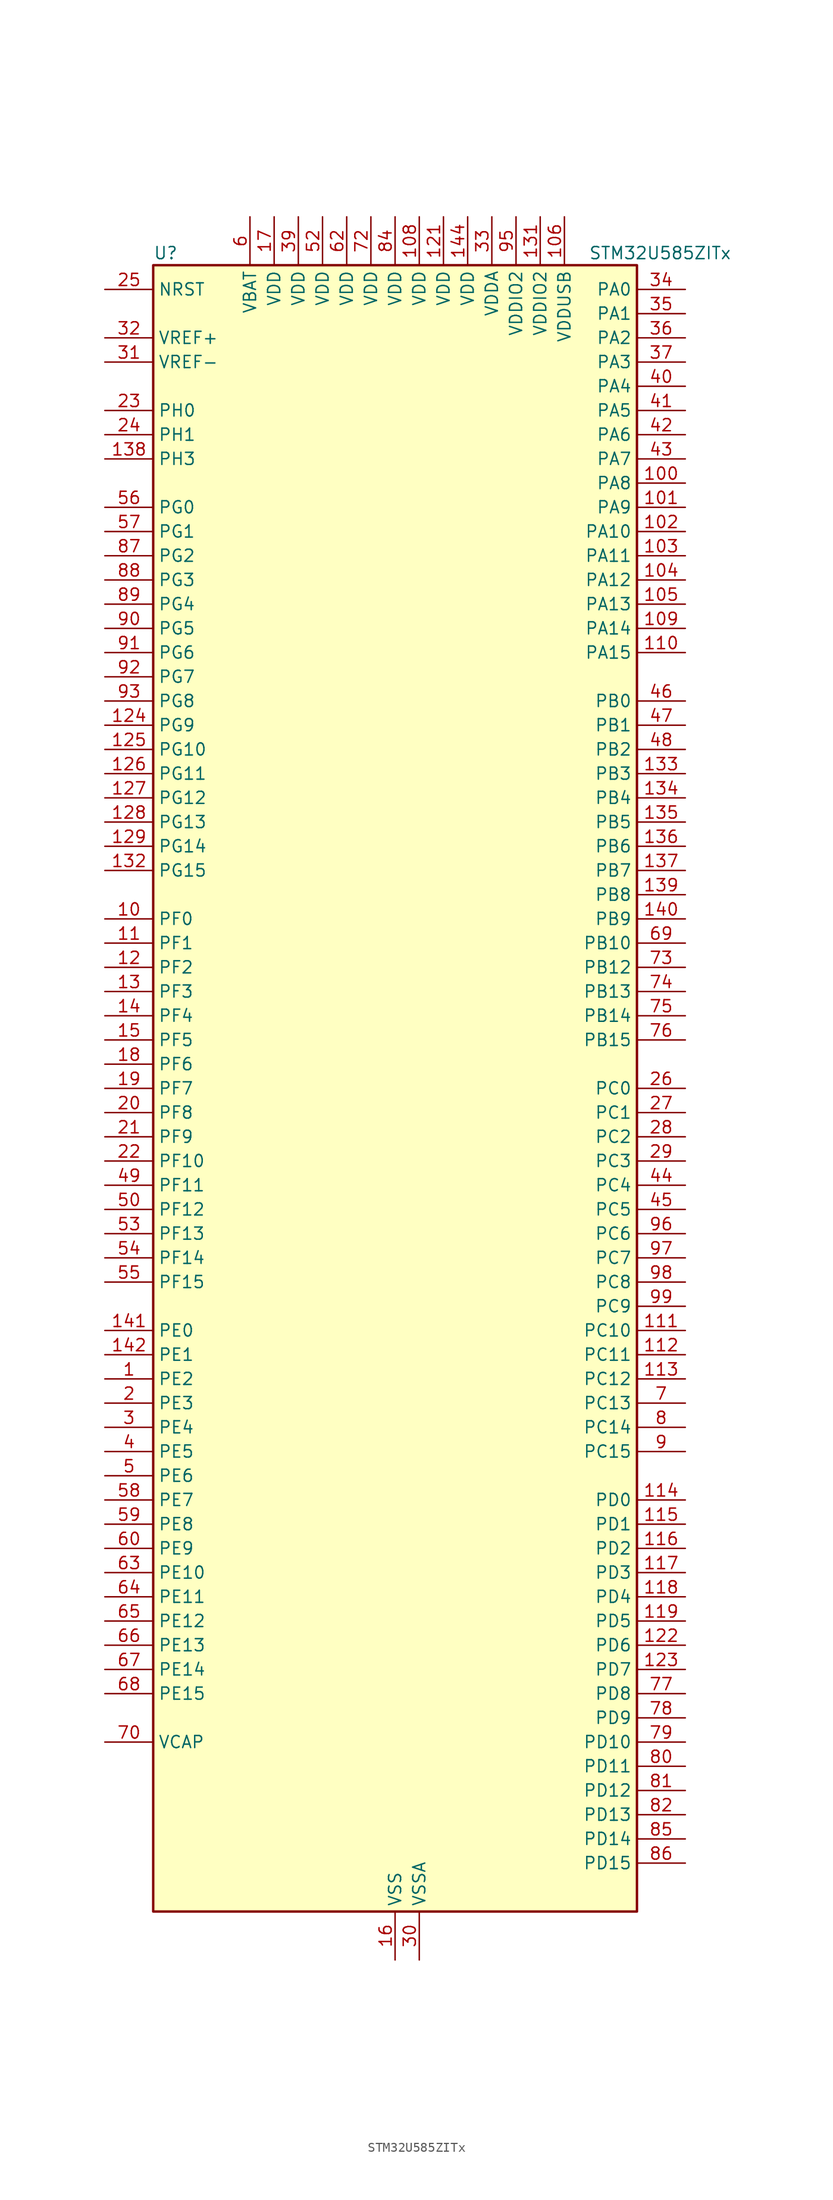
<source format=kicad_sym>
(kicad_symbol_lib
  (version 20220914)
  (generator kicad_symbol_editor)
  (symbol "STM32U585ZITx"
    (property "Reference" "U"
      (at -25.4 87.63 0)
      (effects (font (size 1.27 1.27)) (justify left)))
    (property "Value" "STM32U585ZITx"
      (at 20.32 87.63 0)
      (effects (font (size 1.27 1.27)) (justify left)))
    (property "ki_locked" ""
      (at 0 0 0)
      (effects (font (size 1.27 1.27))))
    (symbol "STM32U585ZITx_0_1"
      (rectangle (start -25.4 -86.36) (end 25.4 86.36) (stroke (width 0.254) (type default)) (fill (type background))))
    (symbol "STM32U585ZITx_1_1"
      (pin bidirectional line (at -30.48 -30.48 0) (length 5.08) (name "PE2" (effects (font (size 1.27 1.27)))) (number "1" (effects (font (size 1.27 1.27)))) (alternate "DEBUG_TRACECLK" bidirectional line) (alternate "FMC_A23" bidirectional line) (alternate "SAI1_CK1" bidirectional line) (alternate "SAI1_MCLK_A" bidirectional line) (alternate "TIM3_ETR" bidirectional line) (alternate "TSC_G7_IO1" bidirectional line))
      (pin bidirectional line (at -30.48 17.78 0) (length 5.08) (name "PF0" (effects (font (size 1.27 1.27)))) (number "10" (effects (font (size 1.27 1.27)))) (alternate "FMC_A0" bidirectional line) (alternate "I2C2_SDA" bidirectional line) (alternate "OCTOSPIM_P2_IO0" bidirectional line))
      (pin bidirectional line (at 30.48 63.5 180) (length 5.08) (name "PA8" (effects (font (size 1.27 1.27)))) (number "100" (effects (font (size 1.27 1.27)))) (alternate "DEBUG_TRACECLK" bidirectional line) (alternate "LPTIM2_CH1" bidirectional line) (alternate "RCC_MCO" bidirectional line) (alternate "SAI1_CK2" bidirectional line) (alternate "SAI1_SCK_A" bidirectional line) (alternate "SPI1_RDY" bidirectional line) (alternate "TIM1_CH1" bidirectional line) (alternate "USART1_CK" bidirectional line) (alternate "USB_OTG_FS_SOF" bidirectional line))
      (pin bidirectional line (at 30.48 60.96 180) (length 5.08) (name "PA9" (effects (font (size 1.27 1.27)))) (number "101" (effects (font (size 1.27 1.27)))) (alternate "DAC1_EXTI9" bidirectional line) (alternate "DCMI_D0" bidirectional line) (alternate "PSSI_D0" bidirectional line) (alternate "SAI1_FS_A" bidirectional line) (alternate "SPI2_SCK" bidirectional line) (alternate "TIM15_BKIN" bidirectional line) (alternate "TIM1_CH2" bidirectional line) (alternate "USART1_TX" bidirectional line) (alternate "USB_OTG_FS_VBUS" bidirectional line))
      (pin bidirectional line (at 30.48 58.42 180) (length 5.08) (name "PA10" (effects (font (size 1.27 1.27)))) (number "102" (effects (font (size 1.27 1.27)))) (alternate "CRS_SYNC" bidirectional line) (alternate "DCMI_D1" bidirectional line) (alternate "LPTIM2_IN2" bidirectional line) (alternate "PSSI_D1" bidirectional line) (alternate "SAI1_D1" bidirectional line) (alternate "SAI1_SD_A" bidirectional line) (alternate "TIM17_BKIN" bidirectional line) (alternate "TIM1_CH3" bidirectional line) (alternate "USART1_RX" bidirectional line) (alternate "USB_OTG_FS_ID" bidirectional line))
      (pin bidirectional line (at 30.48 55.88 180) (length 5.08) (name "PA11" (effects (font (size 1.27 1.27)))) (number "103" (effects (font (size 1.27 1.27)))) (alternate "ADC1_EXTI11" bidirectional line) (alternate "FDCAN1_RX" bidirectional line) (alternate "SPI1_MISO" bidirectional line) (alternate "TIM1_BKIN2" bidirectional line) (alternate "TIM1_CH4" bidirectional line) (alternate "USART1_CTS" bidirectional line) (alternate "USB_OTG_FS_DM" bidirectional line))
      (pin bidirectional line (at 30.48 53.34 180) (length 5.08) (name "PA12" (effects (font (size 1.27 1.27)))) (number "104" (effects (font (size 1.27 1.27)))) (alternate "FDCAN1_TX" bidirectional line) (alternate "OCTOSPIM_P2_NCS" bidirectional line) (alternate "SPI1_MOSI" bidirectional line) (alternate "TIM1_ETR" bidirectional line) (alternate "USART1_DE" bidirectional line) (alternate "USART1_RTS" bidirectional line) (alternate "USB_OTG_FS_DP" bidirectional line))
      (pin bidirectional line (at 30.48 50.8 180) (length 5.08) (name "PA13" (effects (font (size 1.27 1.27)))) (number "105" (effects (font (size 1.27 1.27)))) (alternate "DEBUG_JTMS-SWDIO" bidirectional line) (alternate "IR_OUT" bidirectional line) (alternate "SAI1_SD_B" bidirectional line) (alternate "USB_OTG_FS_NOE" bidirectional line))
      (pin power_in line (at 17.78 91.44 270) (length 5.08) (name "VDDUSB" (effects (font (size 1.27 1.27)))) (number "106" (effects (font (size 1.27 1.27)))))
      (pin passive line (at 0 -91.44 90) (length 5.08) hide (name "VSS" (effects (font (size 1.27 1.27)))) (number "107" (effects (font (size 1.27 1.27)))))
      (pin power_in line (at 2.54 91.44 270) (length 5.08) (name "VDD" (effects (font (size 1.27 1.27)))) (number "108" (effects (font (size 1.27 1.27)))))
      (pin bidirectional line (at 30.48 48.26 180) (length 5.08) (name "PA14" (effects (font (size 1.27 1.27)))) (number "109" (effects (font (size 1.27 1.27)))) (alternate "DEBUG_JTCK-SWCLK" bidirectional line) (alternate "I2C1_SMBA" bidirectional line) (alternate "I2C4_SMBA" bidirectional line) (alternate "LPTIM1_CH1" bidirectional line) (alternate "SAI1_FS_B" bidirectional line) (alternate "USB_OTG_FS_SOF" bidirectional line))
      (pin bidirectional line (at -30.48 15.24 0) (length 5.08) (name "PF1" (effects (font (size 1.27 1.27)))) (number "11" (effects (font (size 1.27 1.27)))) (alternate "FMC_A1" bidirectional line) (alternate "I2C2_SCL" bidirectional line) (alternate "OCTOSPIM_P2_IO1" bidirectional line))
      (pin bidirectional line (at 30.48 45.72 180) (length 5.08) (name "PA15" (effects (font (size 1.27 1.27)))) (number "110" (effects (font (size 1.27 1.27)))) (alternate "ADC1_EXTI15" bidirectional line) (alternate "ADC4_EXTI15" bidirectional line) (alternate "DEBUG_JTDI" bidirectional line) (alternate "SAI2_FS_B" bidirectional line) (alternate "SPI1_NSS" bidirectional line) (alternate "SPI3_NSS" bidirectional line) (alternate "TIM2_CH1" bidirectional line) (alternate "TIM2_ETR" bidirectional line) (alternate "UART4_DE" bidirectional line) (alternate "UART4_RTS" bidirectional line) (alternate "UCPD1_CC1" bidirectional line) (alternate "USART2_RX" bidirectional line) (alternate "USART3_DE" bidirectional line) (alternate "USART3_RTS" bidirectional line))
      (pin bidirectional line (at 30.48 -25.4 180) (length 5.08) (name "PC10" (effects (font (size 1.27 1.27)))) (number "111" (effects (font (size 1.27 1.27)))) (alternate "ADF1_CCK1" bidirectional line) (alternate "DCMI_D8" bidirectional line) (alternate "DEBUG_TRACED1" bidirectional line) (alternate "LPTIM3_ETR" bidirectional line) (alternate "PSSI_D8" bidirectional line) (alternate "SAI2_SCK_B" bidirectional line) (alternate "SDMMC1_D2" bidirectional line) (alternate "SPI3_SCK" bidirectional line) (alternate "TSC_G3_IO2" bidirectional line) (alternate "UART4_TX" bidirectional line) (alternate "USART3_TX" bidirectional line))
      (pin bidirectional line (at 30.48 -27.94 180) (length 5.08) (name "PC11" (effects (font (size 1.27 1.27)))) (number "112" (effects (font (size 1.27 1.27)))) (alternate "ADC1_EXTI11" bidirectional line) (alternate "ADF1_SDI0" bidirectional line) (alternate "DCMI_D2" bidirectional line) (alternate "DCMI_D4" bidirectional line) (alternate "LPTIM3_IN1" bidirectional line) (alternate "OCTOSPIM_P1_NCS" bidirectional line) (alternate "PSSI_D2" bidirectional line) (alternate "PSSI_D4" bidirectional line) (alternate "SAI2_MCLK_B" bidirectional line) (alternate "SDMMC1_D3" bidirectional line) (alternate "SPI3_MISO" bidirectional line) (alternate "TSC_G3_IO3" bidirectional line) (alternate "UART4_RX" bidirectional line) (alternate "UCPD1_FRSTX2" bidirectional line) (alternate "USART3_RX" bidirectional line))
      (pin bidirectional line (at 30.48 -30.48 180) (length 5.08) (name "PC12" (effects (font (size 1.27 1.27)))) (number "113" (effects (font (size 1.27 1.27)))) (alternate "DCMI_D9" bidirectional line) (alternate "DEBUG_TRACED3" bidirectional line) (alternate "PSSI_D9" bidirectional line) (alternate "SAI2_SD_B" bidirectional line) (alternate "SDMMC1_CK" bidirectional line) (alternate "SPI3_MOSI" bidirectional line) (alternate "TSC_G3_IO4" bidirectional line) (alternate "UART5_TX" bidirectional line) (alternate "USART3_CK" bidirectional line))
      (pin bidirectional line (at 30.48 -43.18 180) (length 5.08) (name "PD0" (effects (font (size 1.27 1.27)))) (number "114" (effects (font (size 1.27 1.27)))) (alternate "FDCAN1_RX" bidirectional line) (alternate "FMC_D2" bidirectional line) (alternate "FMC_DA2" bidirectional line) (alternate "SPI2_NSS" bidirectional line) (alternate "TIM8_CH4N" bidirectional line))
      (pin bidirectional line (at 30.48 -45.72 180) (length 5.08) (name "PD1" (effects (font (size 1.27 1.27)))) (number "115" (effects (font (size 1.27 1.27)))) (alternate "FDCAN1_TX" bidirectional line) (alternate "FMC_D3" bidirectional line) (alternate "FMC_DA3" bidirectional line) (alternate "SPI2_SCK" bidirectional line))
      (pin bidirectional line (at 30.48 -48.26 180) (length 5.08) (name "PD2" (effects (font (size 1.27 1.27)))) (number "116" (effects (font (size 1.27 1.27)))) (alternate "DCMI_D11" bidirectional line) (alternate "DEBUG_TRACED2" bidirectional line) (alternate "LPTIM4_ETR" bidirectional line) (alternate "PSSI_D11" bidirectional line) (alternate "SDMMC1_CMD" bidirectional line) (alternate "TIM3_ETR" bidirectional line) (alternate "TSC_SYNC" bidirectional line) (alternate "UART5_RX" bidirectional line) (alternate "USART3_DE" bidirectional line) (alternate "USART3_RTS" bidirectional line))
      (pin bidirectional line (at 30.48 -50.8 180) (length 5.08) (name "PD3" (effects (font (size 1.27 1.27)))) (number "117" (effects (font (size 1.27 1.27)))) (alternate "DCMI_D5" bidirectional line) (alternate "FMC_CLK" bidirectional line) (alternate "MDF1_SDI0" bidirectional line) (alternate "OCTOSPIM_P2_NCS" bidirectional line) (alternate "PSSI_D5" bidirectional line) (alternate "SPI2_MISO" bidirectional line) (alternate "SPI2_SCK" bidirectional line) (alternate "USART2_CTS" bidirectional line))
      (pin bidirectional line (at 30.48 -53.34 180) (length 5.08) (name "PD4" (effects (font (size 1.27 1.27)))) (number "118" (effects (font (size 1.27 1.27)))) (alternate "FMC_NOE" bidirectional line) (alternate "MDF1_CKI0" bidirectional line) (alternate "OCTOSPIM_P1_IO4" bidirectional line) (alternate "SPI2_MOSI" bidirectional line) (alternate "USART2_DE" bidirectional line) (alternate "USART2_RTS" bidirectional line))
      (pin bidirectional line (at 30.48 -55.88 180) (length 5.08) (name "PD5" (effects (font (size 1.27 1.27)))) (number "119" (effects (font (size 1.27 1.27)))) (alternate "FMC_NWE" bidirectional line) (alternate "OCTOSPIM_P1_IO5" bidirectional line) (alternate "SPI2_RDY" bidirectional line) (alternate "USART2_TX" bidirectional line))
      (pin bidirectional line (at -30.48 12.7 0) (length 5.08) (name "PF2" (effects (font (size 1.27 1.27)))) (number "12" (effects (font (size 1.27 1.27)))) (alternate "FMC_A2" bidirectional line) (alternate "I2C2_SMBA" bidirectional line) (alternate "LPTIM3_CH2" bidirectional line) (alternate "OCTOSPIM_P2_IO2" bidirectional line) (alternate "PWR_WKUP8" bidirectional line))
      (pin passive line (at 0 -91.44 90) (length 5.08) hide (name "VSS" (effects (font (size 1.27 1.27)))) (number "120" (effects (font (size 1.27 1.27)))))
      (pin power_in line (at 5.08 91.44 270) (length 5.08) (name "VDD" (effects (font (size 1.27 1.27)))) (number "121" (effects (font (size 1.27 1.27)))))
      (pin bidirectional line (at 30.48 -58.42 180) (length 5.08) (name "PD6" (effects (font (size 1.27 1.27)))) (number "122" (effects (font (size 1.27 1.27)))) (alternate "DCMI_D10" bidirectional line) (alternate "FMC_NWAIT" bidirectional line) (alternate "MDF1_SDI1" bidirectional line) (alternate "OCTOSPIM_P1_IO6" bidirectional line) (alternate "PSSI_D10" bidirectional line) (alternate "SAI1_D1" bidirectional line) (alternate "SAI1_SD_A" bidirectional line) (alternate "SDMMC2_CK" bidirectional line) (alternate "SPI3_MOSI" bidirectional line) (alternate "USART2_RX" bidirectional line))
      (pin bidirectional line (at 30.48 -60.96 180) (length 5.08) (name "PD7" (effects (font (size 1.27 1.27)))) (number "123" (effects (font (size 1.27 1.27)))) (alternate "FMC_NCE" bidirectional line) (alternate "FMC_NE1" bidirectional line) (alternate "LPTIM4_OUT" bidirectional line) (alternate "MDF1_CKI1" bidirectional line) (alternate "OCTOSPIM_P1_IO7" bidirectional line) (alternate "SDMMC2_CMD" bidirectional line) (alternate "USART2_CK" bidirectional line))
      (pin bidirectional line (at -30.48 38.1 0) (length 5.08) (name "PG9" (effects (font (size 1.27 1.27)))) (number "124" (effects (font (size 1.27 1.27)))) (alternate "DAC1_EXTI9" bidirectional line) (alternate "FMC_NCE" bidirectional line) (alternate "FMC_NE2" bidirectional line) (alternate "OCTOSPIM_P2_IO6" bidirectional line) (alternate "SAI2_SCK_A" bidirectional line) (alternate "SPI3_SCK" bidirectional line) (alternate "TIM15_CH1N" bidirectional line) (alternate "USART1_TX" bidirectional line))
      (pin bidirectional line (at -30.48 35.56 0) (length 5.08) (name "PG10" (effects (font (size 1.27 1.27)))) (number "125" (effects (font (size 1.27 1.27)))) (alternate "FMC_NE3" bidirectional line) (alternate "LPTIM1_IN1" bidirectional line) (alternate "OCTOSPIM_P2_IO7" bidirectional line) (alternate "SAI2_FS_A" bidirectional line) (alternate "SPI3_MISO" bidirectional line) (alternate "TIM15_CH1" bidirectional line) (alternate "USART1_RX" bidirectional line))
      (pin bidirectional line (at -30.48 33.02 0) (length 5.08) (name "PG11" (effects (font (size 1.27 1.27)))) (number "126" (effects (font (size 1.27 1.27)))) (alternate "ADC1_EXTI11" bidirectional line) (alternate "LPTIM1_IN2" bidirectional line) (alternate "OCTOSPIM_P1_IO5" bidirectional line) (alternate "SAI2_MCLK_A" bidirectional line) (alternate "SPI3_MOSI" bidirectional line) (alternate "TIM15_CH2" bidirectional line) (alternate "USART1_CTS" bidirectional line))
      (pin bidirectional line (at -30.48 30.48 0) (length 5.08) (name "PG12" (effects (font (size 1.27 1.27)))) (number "127" (effects (font (size 1.27 1.27)))) (alternate "FMC_NE4" bidirectional line) (alternate "LPTIM1_ETR" bidirectional line) (alternate "OCTOSPIM_P2_NCS" bidirectional line) (alternate "SAI2_SD_A" bidirectional line) (alternate "SPI3_NSS" bidirectional line) (alternate "USART1_DE" bidirectional line) (alternate "USART1_RTS" bidirectional line))
      (pin bidirectional line (at -30.48 27.94 0) (length 5.08) (name "PG13" (effects (font (size 1.27 1.27)))) (number "128" (effects (font (size 1.27 1.27)))) (alternate "FMC_A24" bidirectional line) (alternate "I2C1_SDA" bidirectional line) (alternate "SPI3_RDY" bidirectional line) (alternate "USART1_CK" bidirectional line))
      (pin bidirectional line (at -30.48 25.4 0) (length 5.08) (name "PG14" (effects (font (size 1.27 1.27)))) (number "129" (effects (font (size 1.27 1.27)))) (alternate "FMC_A25" bidirectional line) (alternate "I2C1_SCL" bidirectional line) (alternate "LPTIM1_CH2" bidirectional line))
      (pin bidirectional line (at -30.48 10.16 0) (length 5.08) (name "PF3" (effects (font (size 1.27 1.27)))) (number "13" (effects (font (size 1.27 1.27)))) (alternate "FMC_A3" bidirectional line) (alternate "LPTIM3_IN1" bidirectional line) (alternate "OCTOSPIM_P2_IO3" bidirectional line))
      (pin passive line (at 0 -91.44 90) (length 5.08) hide (name "VSS" (effects (font (size 1.27 1.27)))) (number "130" (effects (font (size 1.27 1.27)))))
      (pin power_in line (at 15.24 91.44 270) (length 5.08) (name "VDDIO2" (effects (font (size 1.27 1.27)))) (number "131" (effects (font (size 1.27 1.27)))))
      (pin bidirectional line (at -30.48 22.86 0) (length 5.08) (name "PG15" (effects (font (size 1.27 1.27)))) (number "132" (effects (font (size 1.27 1.27)))) (alternate "ADC1_EXTI15" bidirectional line) (alternate "ADC4_EXTI15" bidirectional line) (alternate "DCMI_D13" bidirectional line) (alternate "I2C1_SMBA" bidirectional line) (alternate "LPTIM1_CH1" bidirectional line) (alternate "OCTOSPIM_P2_DQS" bidirectional line) (alternate "PSSI_D13" bidirectional line))
      (pin bidirectional line (at 30.48 33.02 180) (length 5.08) (name "PB3" (effects (font (size 1.27 1.27)))) (number "133" (effects (font (size 1.27 1.27)))) (alternate "ADF1_CCK0" bidirectional line) (alternate "COMP2_INM" bidirectional line) (alternate "CRS_SYNC" bidirectional line) (alternate "DEBUG_JTDO-SWO" bidirectional line) (alternate "I2C1_SDA" bidirectional line) (alternate "LPTIM1_CH1" bidirectional line) (alternate "SAI1_SCK_B" bidirectional line) (alternate "SDMMC2_D2" bidirectional line) (alternate "SPI1_SCK" bidirectional line) (alternate "SPI3_SCK" bidirectional line) (alternate "TIM2_CH2" bidirectional line) (alternate "USART1_DE" bidirectional line) (alternate "USART1_RTS" bidirectional line))
      (pin bidirectional line (at 30.48 30.48 180) (length 5.08) (name "PB4" (effects (font (size 1.27 1.27)))) (number "134" (effects (font (size 1.27 1.27)))) (alternate "ADF1_SDI0" bidirectional line) (alternate "COMP2_INP" bidirectional line) (alternate "DCMI_D12" bidirectional line) (alternate "DEBUG_JTRST" bidirectional line) (alternate "I2C3_SDA" bidirectional line) (alternate "LPTIM1_CH2" bidirectional line) (alternate "PSSI_D12" bidirectional line) (alternate "SAI1_MCLK_B" bidirectional line) (alternate "SDMMC2_D3" bidirectional line) (alternate "SPI1_MISO" bidirectional line) (alternate "SPI3_MISO" bidirectional line) (alternate "TIM17_BKIN" bidirectional line) (alternate "TIM3_CH1" bidirectional line) (alternate "TSC_G2_IO1" bidirectional line) (alternate "UART5_DE" bidirectional line) (alternate "UART5_RTS" bidirectional line) (alternate "USART1_CTS" bidirectional line))
      (pin bidirectional line (at 30.48 27.94 180) (length 5.08) (name "PB5" (effects (font (size 1.27 1.27)))) (number "135" (effects (font (size 1.27 1.27)))) (alternate "COMP2_OUT" bidirectional line) (alternate "DCMI_D10" bidirectional line) (alternate "I2C1_SMBA" bidirectional line) (alternate "LPTIM1_IN1" bidirectional line) (alternate "OCTOSPIM_P1_NCLK" bidirectional line) (alternate "PSSI_D10" bidirectional line) (alternate "PWR_WKUP6" bidirectional line) (alternate "SAI1_SD_B" bidirectional line) (alternate "SPI1_MOSI" bidirectional line) (alternate "SPI3_MOSI" bidirectional line) (alternate "TIM16_BKIN" bidirectional line) (alternate "TIM3_CH2" bidirectional line) (alternate "TSC_G2_IO2" bidirectional line) (alternate "UART5_CTS" bidirectional line) (alternate "UCPD1_DBCC1" bidirectional line) (alternate "USART1_CK" bidirectional line))
      (pin bidirectional line (at 30.48 25.4 180) (length 5.08) (name "PB6" (effects (font (size 1.27 1.27)))) (number "136" (effects (font (size 1.27 1.27)))) (alternate "COMP2_INP" bidirectional line) (alternate "DCMI_D5" bidirectional line) (alternate "I2C1_SCL" bidirectional line) (alternate "I2C4_SCL" bidirectional line) (alternate "LPTIM1_ETR" bidirectional line) (alternate "MDF1_SDI5" bidirectional line) (alternate "PSSI_D5" bidirectional line) (alternate "PWR_WKUP3" bidirectional line) (alternate "SAI1_FS_B" bidirectional line) (alternate "TIM16_CH1N" bidirectional line) (alternate "TIM4_CH1" bidirectional line) (alternate "TIM8_BKIN2" bidirectional line) (alternate "TSC_G2_IO3" bidirectional line) (alternate "USART1_TX" bidirectional line))
      (pin bidirectional line (at 30.48 22.86 180) (length 5.08) (name "PB7" (effects (font (size 1.27 1.27)))) (number "137" (effects (font (size 1.27 1.27)))) (alternate "COMP2_INM" bidirectional line) (alternate "DCMI_VSYNC" bidirectional line) (alternate "FMC_NL" bidirectional line) (alternate "I2C1_SDA" bidirectional line) (alternate "I2C4_SDA" bidirectional line) (alternate "LPTIM1_IN2" bidirectional line) (alternate "MDF1_CKI5" bidirectional line) (alternate "PSSI_RDY" bidirectional line) (alternate "PWR_PVD_IN" bidirectional line) (alternate "PWR_WKUP4" bidirectional line) (alternate "TIM17_CH1N" bidirectional line) (alternate "TIM4_CH2" bidirectional line) (alternate "TIM8_BKIN" bidirectional line) (alternate "TSC_G2_IO4" bidirectional line) (alternate "UART4_CTS" bidirectional line) (alternate "USART1_RX" bidirectional line))
      (pin bidirectional line (at -30.48 66.04 0) (length 5.08) (name "PH3" (effects (font (size 1.27 1.27)))) (number "138" (effects (font (size 1.27 1.27)))))
      (pin bidirectional line (at 30.48 20.32 180) (length 5.08) (name "PB8" (effects (font (size 1.27 1.27)))) (number "139" (effects (font (size 1.27 1.27)))) (alternate "DCMI_D6" bidirectional line) (alternate "FDCAN1_RX" bidirectional line) (alternate "I2C1_SCL" bidirectional line) (alternate "MDF1_CCK0" bidirectional line) (alternate "PSSI_D6" bidirectional line) (alternate "PWR_WKUP5" bidirectional line) (alternate "SAI1_CK1" bidirectional line) (alternate "SAI1_MCLK_A" bidirectional line) (alternate "SDMMC1_CKIN" bidirectional line) (alternate "SDMMC1_D4" bidirectional line) (alternate "SDMMC2_D4" bidirectional line) (alternate "SPI3_RDY" bidirectional line) (alternate "TIM16_CH1" bidirectional line) (alternate "TIM4_CH3" bidirectional line))
      (pin bidirectional line (at -30.48 7.62 0) (length 5.08) (name "PF4" (effects (font (size 1.27 1.27)))) (number "14" (effects (font (size 1.27 1.27)))) (alternate "FMC_A4" bidirectional line) (alternate "LPTIM3_ETR" bidirectional line) (alternate "OCTOSPIM_P2_CLK" bidirectional line))
      (pin bidirectional line (at 30.48 17.78 180) (length 5.08) (name "PB9" (effects (font (size 1.27 1.27)))) (number "140" (effects (font (size 1.27 1.27)))) (alternate "DAC1_EXTI9" bidirectional line) (alternate "DCMI_D7" bidirectional line) (alternate "FDCAN1_TX" bidirectional line) (alternate "I2C1_SDA" bidirectional line) (alternate "IR_OUT" bidirectional line) (alternate "PSSI_D7" bidirectional line) (alternate "SAI1_D2" bidirectional line) (alternate "SAI1_FS_A" bidirectional line) (alternate "SDMMC1_CDIR" bidirectional line) (alternate "SDMMC1_D5" bidirectional line) (alternate "SDMMC2_D5" bidirectional line) (alternate "SPI2_NSS" bidirectional line) (alternate "TIM17_CH1" bidirectional line) (alternate "TIM4_CH4" bidirectional line))
      (pin bidirectional line (at -30.48 -25.4 0) (length 5.08) (name "PE0" (effects (font (size 1.27 1.27)))) (number "141" (effects (font (size 1.27 1.27)))) (alternate "DCMI_D2" bidirectional line) (alternate "FMC_NBL0" bidirectional line) (alternate "PSSI_D2" bidirectional line) (alternate "TIM16_CH1" bidirectional line) (alternate "TIM4_ETR" bidirectional line))
      (pin bidirectional line (at -30.48 -27.94 0) (length 5.08) (name "PE1" (effects (font (size 1.27 1.27)))) (number "142" (effects (font (size 1.27 1.27)))) (alternate "DCMI_D3" bidirectional line) (alternate "FMC_NBL1" bidirectional line) (alternate "PSSI_D3" bidirectional line) (alternate "TIM17_CH1" bidirectional line))
      (pin passive line (at 0 -91.44 90) (length 5.08) hide (name "VSS" (effects (font (size 1.27 1.27)))) (number "143" (effects (font (size 1.27 1.27)))))
      (pin power_in line (at 7.62 91.44 270) (length 5.08) (name "VDD" (effects (font (size 1.27 1.27)))) (number "144" (effects (font (size 1.27 1.27)))))
      (pin bidirectional line (at -30.48 5.08 0) (length 5.08) (name "PF5" (effects (font (size 1.27 1.27)))) (number "15" (effects (font (size 1.27 1.27)))) (alternate "FMC_A5" bidirectional line) (alternate "LPTIM3_CH1" bidirectional line) (alternate "OCTOSPIM_P2_NCLK" bidirectional line))
      (pin power_in line (at 0 -91.44 90) (length 5.08) (name "VSS" (effects (font (size 1.27 1.27)))) (number "16" (effects (font (size 1.27 1.27)))))
      (pin power_in line (at -12.7 91.44 270) (length 5.08) (name "VDD" (effects (font (size 1.27 1.27)))) (number "17" (effects (font (size 1.27 1.27)))))
      (pin bidirectional line (at -30.48 2.54 0) (length 5.08) (name "PF6" (effects (font (size 1.27 1.27)))) (number "18" (effects (font (size 1.27 1.27)))) (alternate "DCMI_D12" bidirectional line) (alternate "OCTOSPIM_P1_IO3" bidirectional line) (alternate "OCTOSPIM_P2_NCS" bidirectional line) (alternate "PSSI_D12" bidirectional line) (alternate "SAI1_SD_B" bidirectional line) (alternate "TIM5_CH1" bidirectional line) (alternate "TIM5_ETR" bidirectional line))
      (pin bidirectional line (at -30.48 0 0) (length 5.08) (name "PF7" (effects (font (size 1.27 1.27)))) (number "19" (effects (font (size 1.27 1.27)))) (alternate "FDCAN1_RX" bidirectional line) (alternate "OCTOSPIM_P1_IO2" bidirectional line) (alternate "SAI1_MCLK_B" bidirectional line) (alternate "TIM5_CH2" bidirectional line))
      (pin bidirectional line (at -30.48 -33.02 0) (length 5.08) (name "PE3" (effects (font (size 1.27 1.27)))) (number "2" (effects (font (size 1.27 1.27)))) (alternate "DEBUG_TRACED0" bidirectional line) (alternate "FMC_A19" bidirectional line) (alternate "OCTOSPIM_P1_DQS" bidirectional line) (alternate "SAI1_SD_B" bidirectional line) (alternate "TAMP_IN6" bidirectional line) (alternate "TAMP_OUT3" bidirectional line) (alternate "TIM3_CH1" bidirectional line) (alternate "TSC_G7_IO2" bidirectional line))
      (pin bidirectional line (at -30.48 -2.54 0) (length 5.08) (name "PF8" (effects (font (size 1.27 1.27)))) (number "20" (effects (font (size 1.27 1.27)))) (alternate "FDCAN1_TX" bidirectional line) (alternate "OCTOSPIM_P1_IO0" bidirectional line) (alternate "PSSI_D14" bidirectional line) (alternate "SAI1_SCK_B" bidirectional line) (alternate "TIM5_CH3" bidirectional line))
      (pin bidirectional line (at -30.48 -5.08 0) (length 5.08) (name "PF9" (effects (font (size 1.27 1.27)))) (number "21" (effects (font (size 1.27 1.27)))) (alternate "DAC1_EXTI9" bidirectional line) (alternate "OCTOSPIM_P1_IO1" bidirectional line) (alternate "PSSI_D15" bidirectional line) (alternate "SAI1_FS_B" bidirectional line) (alternate "TIM15_CH1" bidirectional line) (alternate "TIM5_CH4" bidirectional line))
      (pin bidirectional line (at -30.48 -7.62 0) (length 5.08) (name "PF10" (effects (font (size 1.27 1.27)))) (number "22" (effects (font (size 1.27 1.27)))) (alternate "DCMI_D11" bidirectional line) (alternate "MDF1_CCK1" bidirectional line) (alternate "OCTOSPIM_P1_CLK" bidirectional line) (alternate "PSSI_D11" bidirectional line) (alternate "PSSI_D15" bidirectional line) (alternate "SAI1_D3" bidirectional line) (alternate "TIM15_CH2" bidirectional line))
      (pin bidirectional line (at -30.48 71.12 0) (length 5.08) (name "PH0" (effects (font (size 1.27 1.27)))) (number "23" (effects (font (size 1.27 1.27)))) (alternate "RCC_OSC_IN" bidirectional line))
      (pin bidirectional line (at -30.48 68.58 0) (length 5.08) (name "PH1" (effects (font (size 1.27 1.27)))) (number "24" (effects (font (size 1.27 1.27)))) (alternate "RCC_OSC_OUT" bidirectional line))
      (pin input line (at -30.48 83.82 0) (length 5.08) (name "NRST" (effects (font (size 1.27 1.27)))) (number "25" (effects (font (size 1.27 1.27)))))
      (pin bidirectional line (at 30.48 0 180) (length 5.08) (name "PC0" (effects (font (size 1.27 1.27)))) (number "26" (effects (font (size 1.27 1.27)))) (alternate "ADC1_IN1" bidirectional line) (alternate "ADC4_IN1" bidirectional line) (alternate "I2C3_SCL" bidirectional line) (alternate "LPTIM1_IN1" bidirectional line) (alternate "LPTIM2_IN1" bidirectional line) (alternate "LPUART1_RX" bidirectional line) (alternate "MDF1_SDI4" bidirectional line) (alternate "OCTOSPIM_P1_IO7" bidirectional line) (alternate "SAI2_FS_A" bidirectional line) (alternate "SDMMC1_D5" bidirectional line) (alternate "SPI2_RDY" bidirectional line))
      (pin bidirectional line (at 30.48 -2.54 180) (length 5.08) (name "PC1" (effects (font (size 1.27 1.27)))) (number "27" (effects (font (size 1.27 1.27)))) (alternate "ADC1_IN2" bidirectional line) (alternate "ADC4_IN2" bidirectional line) (alternate "DEBUG_TRACED0" bidirectional line) (alternate "I2C3_SDA" bidirectional line) (alternate "LPTIM1_CH1" bidirectional line) (alternate "LPUART1_TX" bidirectional line) (alternate "MDF1_CKI4" bidirectional line) (alternate "OCTOSPIM_P1_IO4" bidirectional line) (alternate "SAI1_SD_A" bidirectional line) (alternate "SDMMC2_CK" bidirectional line) (alternate "SPI2_MOSI" bidirectional line))
      (pin bidirectional line (at 30.48 -5.08 180) (length 5.08) (name "PC2" (effects (font (size 1.27 1.27)))) (number "28" (effects (font (size 1.27 1.27)))) (alternate "ADC1_IN3" bidirectional line) (alternate "ADC4_IN3" bidirectional line) (alternate "LPTIM1_IN2" bidirectional line) (alternate "MDF1_CCK1" bidirectional line) (alternate "OCTOSPIM_P1_IO5" bidirectional line) (alternate "SPI2_MISO" bidirectional line))
      (pin bidirectional line (at 30.48 -7.62 180) (length 5.08) (name "PC3" (effects (font (size 1.27 1.27)))) (number "29" (effects (font (size 1.27 1.27)))) (alternate "ADC1_IN4" bidirectional line) (alternate "ADC4_IN4" bidirectional line) (alternate "LPTIM1_ETR" bidirectional line) (alternate "LPTIM2_ETR" bidirectional line) (alternate "LPTIM3_CH1" bidirectional line) (alternate "OCTOSPIM_P1_IO6" bidirectional line) (alternate "SAI1_D1" bidirectional line) (alternate "SAI1_SD_A" bidirectional line) (alternate "SPI2_MOSI" bidirectional line))
      (pin bidirectional line (at -30.48 -35.56 0) (length 5.08) (name "PE4" (effects (font (size 1.27 1.27)))) (number "3" (effects (font (size 1.27 1.27)))) (alternate "DCMI_D4" bidirectional line) (alternate "DEBUG_TRACED1" bidirectional line) (alternate "FMC_A20" bidirectional line) (alternate "MDF1_SDI3" bidirectional line) (alternate "PSSI_D4" bidirectional line) (alternate "PWR_WKUP1" bidirectional line) (alternate "SAI1_D2" bidirectional line) (alternate "SAI1_FS_A" bidirectional line) (alternate "TAMP_IN7" bidirectional line) (alternate "TAMP_OUT8" bidirectional line) (alternate "TIM3_CH2" bidirectional line) (alternate "TSC_G7_IO3" bidirectional line))
      (pin power_in line (at 2.54 -91.44 90) (length 5.08) (name "VSSA" (effects (font (size 1.27 1.27)))) (number "30" (effects (font (size 1.27 1.27)))))
      (pin input line (at -30.48 76.2 0) (length 5.08) (name "VREF-" (effects (font (size 1.27 1.27)))) (number "31" (effects (font (size 1.27 1.27)))))
      (pin input line (at -30.48 78.74 0) (length 5.08) (name "VREF+" (effects (font (size 1.27 1.27)))) (number "32" (effects (font (size 1.27 1.27)))) (alternate "VREFBUF_OUT" bidirectional line))
      (pin power_in line (at 10.16 91.44 270) (length 5.08) (name "VDDA" (effects (font (size 1.27 1.27)))) (number "33" (effects (font (size 1.27 1.27)))))
      (pin bidirectional line (at 30.48 83.82 180) (length 5.08) (name "PA0" (effects (font (size 1.27 1.27)))) (number "34" (effects (font (size 1.27 1.27)))) (alternate "ADC1_IN5" bidirectional line) (alternate "AUDIOCLK" bidirectional line) (alternate "OCTOSPIM_P2_NCS" bidirectional line) (alternate "OPAMP1_VINP" bidirectional line) (alternate "PWR_WKUP1" bidirectional line) (alternate "SDMMC2_CMD" bidirectional line) (alternate "SPI3_RDY" bidirectional line) (alternate "TAMP_IN2" bidirectional line) (alternate "TAMP_OUT1" bidirectional line) (alternate "TIM2_CH1" bidirectional line) (alternate "TIM2_ETR" bidirectional line) (alternate "TIM5_CH1" bidirectional line) (alternate "TIM8_ETR" bidirectional line) (alternate "UART4_TX" bidirectional line) (alternate "USART2_CTS" bidirectional line))
      (pin bidirectional line (at 30.48 81.28 180) (length 5.08) (name "PA1" (effects (font (size 1.27 1.27)))) (number "35" (effects (font (size 1.27 1.27)))) (alternate "ADC1_IN6" bidirectional line) (alternate "I2C1_SMBA" bidirectional line) (alternate "LPTIM1_CH2" bidirectional line) (alternate "OCTOSPIM_P1_DQS" bidirectional line) (alternate "OPAMP1_VINM" bidirectional line) (alternate "PWR_WKUP3" bidirectional line) (alternate "SPI1_SCK" bidirectional line) (alternate "TAMP_IN5" bidirectional line) (alternate "TAMP_OUT4" bidirectional line) (alternate "TIM15_CH1N" bidirectional line) (alternate "TIM2_CH2" bidirectional line) (alternate "TIM5_CH2" bidirectional line) (alternate "UART4_RX" bidirectional line) (alternate "USART2_DE" bidirectional line) (alternate "USART2_RTS" bidirectional line))
      (pin bidirectional line (at 30.48 78.74 180) (length 5.08) (name "PA2" (effects (font (size 1.27 1.27)))) (number "36" (effects (font (size 1.27 1.27)))) (alternate "ADC1_IN7" bidirectional line) (alternate "COMP1_INP" bidirectional line) (alternate "LPUART1_TX" bidirectional line) (alternate "OCTOSPIM_P1_NCS" bidirectional line) (alternate "PWR_WKUP4" bidirectional line) (alternate "RCC_LSCO" bidirectional line) (alternate "SPI1_RDY" bidirectional line) (alternate "TIM15_CH1" bidirectional line) (alternate "TIM2_CH3" bidirectional line) (alternate "TIM5_CH3" bidirectional line) (alternate "UCPD1_FRSTX1" bidirectional line) (alternate "USART2_TX" bidirectional line))
      (pin bidirectional line (at 30.48 76.2 180) (length 5.08) (name "PA3" (effects (font (size 1.27 1.27)))) (number "37" (effects (font (size 1.27 1.27)))) (alternate "ADC1_IN8" bidirectional line) (alternate "LPUART1_RX" bidirectional line) (alternate "OCTOSPIM_P1_CLK" bidirectional line) (alternate "OPAMP1_VOUT" bidirectional line) (alternate "PWR_WKUP5" bidirectional line) (alternate "SAI1_CK1" bidirectional line) (alternate "SAI1_MCLK_A" bidirectional line) (alternate "TIM15_CH2" bidirectional line) (alternate "TIM2_CH4" bidirectional line) (alternate "TIM5_CH4" bidirectional line) (alternate "USART2_RX" bidirectional line))
      (pin passive line (at 0 -91.44 90) (length 5.08) hide (name "VSS" (effects (font (size 1.27 1.27)))) (number "38" (effects (font (size 1.27 1.27)))))
      (pin power_in line (at -10.16 91.44 270) (length 5.08) (name "VDD" (effects (font (size 1.27 1.27)))) (number "39" (effects (font (size 1.27 1.27)))))
      (pin bidirectional line (at -30.48 -38.1 0) (length 5.08) (name "PE5" (effects (font (size 1.27 1.27)))) (number "4" (effects (font (size 1.27 1.27)))) (alternate "DCMI_D6" bidirectional line) (alternate "DEBUG_TRACED2" bidirectional line) (alternate "FMC_A21" bidirectional line) (alternate "MDF1_CKI3" bidirectional line) (alternate "PSSI_D6" bidirectional line) (alternate "PWR_WKUP2" bidirectional line) (alternate "SAI1_CK2" bidirectional line) (alternate "SAI1_SCK_A" bidirectional line) (alternate "TAMP_IN8" bidirectional line) (alternate "TAMP_OUT7" bidirectional line) (alternate "TIM3_CH3" bidirectional line) (alternate "TSC_G7_IO4" bidirectional line))
      (pin bidirectional line (at 30.48 73.66 180) (length 5.08) (name "PA4" (effects (font (size 1.27 1.27)))) (number "40" (effects (font (size 1.27 1.27)))) (alternate "ADC1_IN9" bidirectional line) (alternate "ADC4_IN9" bidirectional line) (alternate "DAC1_OUT1" bidirectional line) (alternate "DCMI_HSYNC" bidirectional line) (alternate "LPTIM2_CH1" bidirectional line) (alternate "OCTOSPIM_P1_NCS" bidirectional line) (alternate "PSSI_DE" bidirectional line) (alternate "PWR_WKUP2" bidirectional line) (alternate "SAI1_FS_B" bidirectional line) (alternate "SPI1_NSS" bidirectional line) (alternate "SPI3_NSS" bidirectional line) (alternate "USART2_CK" bidirectional line))
      (pin bidirectional line (at 30.48 71.12 180) (length 5.08) (name "PA5" (effects (font (size 1.27 1.27)))) (number "41" (effects (font (size 1.27 1.27)))) (alternate "ADC1_IN10" bidirectional line) (alternate "ADC4_IN10" bidirectional line) (alternate "DAC1_OUT2" bidirectional line) (alternate "LPTIM2_ETR" bidirectional line) (alternate "PSSI_D14" bidirectional line) (alternate "PWR_CSLEEP" bidirectional line) (alternate "PWR_WKUP6" bidirectional line) (alternate "SPI1_SCK" bidirectional line) (alternate "TIM2_CH1" bidirectional line) (alternate "TIM2_ETR" bidirectional line) (alternate "TIM8_CH1N" bidirectional line) (alternate "USART3_RX" bidirectional line))
      (pin bidirectional line (at 30.48 68.58 180) (length 5.08) (name "PA6" (effects (font (size 1.27 1.27)))) (number "42" (effects (font (size 1.27 1.27)))) (alternate "ADC1_IN11" bidirectional line) (alternate "ADC4_IN11" bidirectional line) (alternate "DCMI_PIXCLK" bidirectional line) (alternate "LPUART1_CTS" bidirectional line) (alternate "OCTOSPIM_P1_IO3" bidirectional line) (alternate "OPAMP2_VINP" bidirectional line) (alternate "PSSI_PDCK" bidirectional line) (alternate "PWR_CDSTOP" bidirectional line) (alternate "PWR_WKUP7" bidirectional line) (alternate "SPI1_MISO" bidirectional line) (alternate "TIM16_CH1" bidirectional line) (alternate "TIM1_BKIN" bidirectional line) (alternate "TIM3_CH1" bidirectional line) (alternate "TIM8_BKIN" bidirectional line) (alternate "USART3_CTS" bidirectional line))
      (pin bidirectional line (at 30.48 66.04 180) (length 5.08) (name "PA7" (effects (font (size 1.27 1.27)))) (number "43" (effects (font (size 1.27 1.27)))) (alternate "ADC1_IN12" bidirectional line) (alternate "ADC4_IN20" bidirectional line) (alternate "I2C3_SCL" bidirectional line) (alternate "LPTIM2_CH2" bidirectional line) (alternate "OCTOSPIM_P1_IO2" bidirectional line) (alternate "OPAMP2_VINM" bidirectional line) (alternate "PWR_SRDSTOP" bidirectional line) (alternate "PWR_WKUP8" bidirectional line) (alternate "SPI1_MOSI" bidirectional line) (alternate "TIM17_CH1" bidirectional line) (alternate "TIM1_CH1N" bidirectional line) (alternate "TIM3_CH2" bidirectional line) (alternate "TIM8_CH1N" bidirectional line) (alternate "USART3_TX" bidirectional line))
      (pin bidirectional line (at 30.48 -10.16 180) (length 5.08) (name "PC4" (effects (font (size 1.27 1.27)))) (number "44" (effects (font (size 1.27 1.27)))) (alternate "ADC1_IN13" bidirectional line) (alternate "ADC4_IN22" bidirectional line) (alternate "COMP1_INM" bidirectional line) (alternate "OCTOSPIM_P1_IO7" bidirectional line) (alternate "USART3_TX" bidirectional line))
      (pin bidirectional line (at 30.48 -12.7 180) (length 5.08) (name "PC5" (effects (font (size 1.27 1.27)))) (number "45" (effects (font (size 1.27 1.27)))) (alternate "ADC1_IN14" bidirectional line) (alternate "ADC4_IN23" bidirectional line) (alternate "COMP1_INP" bidirectional line) (alternate "PSSI_D15" bidirectional line) (alternate "PWR_WKUP5" bidirectional line) (alternate "SAI1_D3" bidirectional line) (alternate "TAMP_IN4" bidirectional line) (alternate "TAMP_OUT5" bidirectional line) (alternate "TIM1_CH4N" bidirectional line) (alternate "USART3_RX" bidirectional line))
      (pin bidirectional line (at 30.48 40.64 180) (length 5.08) (name "PB0" (effects (font (size 1.27 1.27)))) (number "46" (effects (font (size 1.27 1.27)))) (alternate "ADC1_IN15" bidirectional line) (alternate "ADC4_IN18" bidirectional line) (alternate "AUDIOCLK" bidirectional line) (alternate "COMP1_OUT" bidirectional line) (alternate "LPTIM3_CH1" bidirectional line) (alternate "OCTOSPIM_P1_IO1" bidirectional line) (alternate "OPAMP2_VOUT" bidirectional line) (alternate "SPI1_NSS" bidirectional line) (alternate "TIM1_CH2N" bidirectional line) (alternate "TIM3_CH3" bidirectional line) (alternate "TIM8_CH2N" bidirectional line) (alternate "USART3_CK" bidirectional line))
      (pin bidirectional line (at 30.48 38.1 180) (length 5.08) (name "PB1" (effects (font (size 1.27 1.27)))) (number "47" (effects (font (size 1.27 1.27)))) (alternate "ADC1_IN16" bidirectional line) (alternate "ADC4_IN19" bidirectional line) (alternate "COMP1_INM" bidirectional line) (alternate "LPTIM2_IN1" bidirectional line) (alternate "LPTIM3_CH2" bidirectional line) (alternate "LPUART1_DE" bidirectional line) (alternate "LPUART1_RTS" bidirectional line) (alternate "MDF1_SDI0" bidirectional line) (alternate "OCTOSPIM_P1_IO0" bidirectional line) (alternate "PWR_WKUP4" bidirectional line) (alternate "TIM1_CH3N" bidirectional line) (alternate "TIM3_CH4" bidirectional line) (alternate "TIM8_CH3N" bidirectional line) (alternate "USART3_DE" bidirectional line) (alternate "USART3_RTS" bidirectional line))
      (pin bidirectional line (at 30.48 35.56 180) (length 5.08) (name "PB2" (effects (font (size 1.27 1.27)))) (number "48" (effects (font (size 1.27 1.27)))) (alternate "ADC1_IN17" bidirectional line) (alternate "COMP1_INP" bidirectional line) (alternate "I2C3_SMBA" bidirectional line) (alternate "LPTIM1_CH1" bidirectional line) (alternate "MDF1_CKI0" bidirectional line) (alternate "OCTOSPIM_P1_DQS" bidirectional line) (alternate "PWR_WKUP1" bidirectional line) (alternate "RTC_OUT2" bidirectional line) (alternate "SPI1_RDY" bidirectional line) (alternate "TIM8_CH4N" bidirectional line) (alternate "UCPD1_FRSTX1" bidirectional line))
      (pin bidirectional line (at -30.48 -10.16 0) (length 5.08) (name "PF11" (effects (font (size 1.27 1.27)))) (number "49" (effects (font (size 1.27 1.27)))) (alternate "ADC1_EXTI11" bidirectional line) (alternate "DCMI_D12" bidirectional line) (alternate "LPTIM4_IN1" bidirectional line) (alternate "OCTOSPIM_P1_NCLK" bidirectional line) (alternate "PSSI_D12" bidirectional line))
      (pin bidirectional line (at -30.48 -40.64 0) (length 5.08) (name "PE6" (effects (font (size 1.27 1.27)))) (number "5" (effects (font (size 1.27 1.27)))) (alternate "DCMI_D7" bidirectional line) (alternate "DEBUG_TRACED3" bidirectional line) (alternate "FMC_A22" bidirectional line) (alternate "PSSI_D7" bidirectional line) (alternate "PWR_WKUP3" bidirectional line) (alternate "SAI1_D1" bidirectional line) (alternate "SAI1_SD_A" bidirectional line) (alternate "TAMP_IN3" bidirectional line) (alternate "TAMP_OUT6" bidirectional line) (alternate "TIM3_CH4" bidirectional line))
      (pin bidirectional line (at -30.48 -12.7 0) (length 5.08) (name "PF12" (effects (font (size 1.27 1.27)))) (number "50" (effects (font (size 1.27 1.27)))) (alternate "FMC_A6" bidirectional line) (alternate "LPTIM4_ETR" bidirectional line) (alternate "OCTOSPIM_P2_DQS" bidirectional line))
      (pin passive line (at 0 -91.44 90) (length 5.08) hide (name "VSS" (effects (font (size 1.27 1.27)))) (number "51" (effects (font (size 1.27 1.27)))))
      (pin power_in line (at -7.62 91.44 270) (length 5.08) (name "VDD" (effects (font (size 1.27 1.27)))) (number "52" (effects (font (size 1.27 1.27)))))
      (pin bidirectional line (at -30.48 -15.24 0) (length 5.08) (name "PF13" (effects (font (size 1.27 1.27)))) (number "53" (effects (font (size 1.27 1.27)))) (alternate "FMC_A7" bidirectional line) (alternate "I2C4_SMBA" bidirectional line) (alternate "LPTIM4_OUT" bidirectional line) (alternate "UCPD1_FRSTX2" bidirectional line))
      (pin bidirectional line (at -30.48 -17.78 0) (length 5.08) (name "PF14" (effects (font (size 1.27 1.27)))) (number "54" (effects (font (size 1.27 1.27)))) (alternate "ADC4_IN5" bidirectional line) (alternate "FMC_A8" bidirectional line) (alternate "I2C4_SCL" bidirectional line) (alternate "TSC_G8_IO1" bidirectional line))
      (pin bidirectional line (at -30.48 -20.32 0) (length 5.08) (name "PF15" (effects (font (size 1.27 1.27)))) (number "55" (effects (font (size 1.27 1.27)))) (alternate "ADC1_EXTI15" bidirectional line) (alternate "ADC4_EXTI15" bidirectional line) (alternate "ADC4_IN6" bidirectional line) (alternate "FMC_A9" bidirectional line) (alternate "I2C4_SDA" bidirectional line) (alternate "TSC_G8_IO2" bidirectional line))
      (pin bidirectional line (at -30.48 60.96 0) (length 5.08) (name "PG0" (effects (font (size 1.27 1.27)))) (number "56" (effects (font (size 1.27 1.27)))) (alternate "ADC4_IN7" bidirectional line) (alternate "FMC_A10" bidirectional line) (alternate "OCTOSPIM_P2_IO4" bidirectional line) (alternate "TSC_G8_IO3" bidirectional line))
      (pin bidirectional line (at -30.48 58.42 0) (length 5.08) (name "PG1" (effects (font (size 1.27 1.27)))) (number "57" (effects (font (size 1.27 1.27)))) (alternate "ADC4_IN8" bidirectional line) (alternate "FMC_A11" bidirectional line) (alternate "OCTOSPIM_P2_IO5" bidirectional line) (alternate "TSC_G8_IO4" bidirectional line))
      (pin bidirectional line (at -30.48 -43.18 0) (length 5.08) (name "PE7" (effects (font (size 1.27 1.27)))) (number "58" (effects (font (size 1.27 1.27)))) (alternate "FMC_D4" bidirectional line) (alternate "FMC_DA4" bidirectional line) (alternate "MDF1_SDI2" bidirectional line) (alternate "PWR_WKUP6" bidirectional line) (alternate "SAI1_SD_B" bidirectional line) (alternate "TIM1_ETR" bidirectional line))
      (pin bidirectional line (at -30.48 -45.72 0) (length 5.08) (name "PE8" (effects (font (size 1.27 1.27)))) (number "59" (effects (font (size 1.27 1.27)))) (alternate "FMC_D5" bidirectional line) (alternate "FMC_DA5" bidirectional line) (alternate "MDF1_CKI2" bidirectional line) (alternate "PWR_WKUP7" bidirectional line) (alternate "SAI1_SCK_B" bidirectional line) (alternate "TIM1_CH1N" bidirectional line))
      (pin power_in line (at -15.24 91.44 270) (length 5.08) (name "VBAT" (effects (font (size 1.27 1.27)))) (number "6" (effects (font (size 1.27 1.27)))))
      (pin bidirectional line (at -30.48 -48.26 0) (length 5.08) (name "PE9" (effects (font (size 1.27 1.27)))) (number "60" (effects (font (size 1.27 1.27)))) (alternate "ADF1_CCK0" bidirectional line) (alternate "DAC1_EXTI9" bidirectional line) (alternate "FMC_D6" bidirectional line) (alternate "FMC_DA6" bidirectional line) (alternate "MDF1_CCK0" bidirectional line) (alternate "OCTOSPIM_P1_NCLK" bidirectional line) (alternate "SAI1_FS_B" bidirectional line) (alternate "TIM1_CH1" bidirectional line))
      (pin passive line (at 0 -91.44 90) (length 5.08) hide (name "VSS" (effects (font (size 1.27 1.27)))) (number "61" (effects (font (size 1.27 1.27)))))
      (pin power_in line (at -5.08 91.44 270) (length 5.08) (name "VDD" (effects (font (size 1.27 1.27)))) (number "62" (effects (font (size 1.27 1.27)))))
      (pin bidirectional line (at -30.48 -50.8 0) (length 5.08) (name "PE10" (effects (font (size 1.27 1.27)))) (number "63" (effects (font (size 1.27 1.27)))) (alternate "ADF1_SDI0" bidirectional line) (alternate "FMC_D7" bidirectional line) (alternate "FMC_DA7" bidirectional line) (alternate "MDF1_SDI4" bidirectional line) (alternate "OCTOSPIM_P1_CLK" bidirectional line) (alternate "SAI1_MCLK_B" bidirectional line) (alternate "TIM1_CH2N" bidirectional line) (alternate "TSC_G5_IO1" bidirectional line))
      (pin bidirectional line (at -30.48 -53.34 0) (length 5.08) (name "PE11" (effects (font (size 1.27 1.27)))) (number "64" (effects (font (size 1.27 1.27)))) (alternate "ADC1_EXTI11" bidirectional line) (alternate "FMC_D8" bidirectional line) (alternate "FMC_DA8" bidirectional line) (alternate "MDF1_CKI4" bidirectional line) (alternate "OCTOSPIM_P1_NCS" bidirectional line) (alternate "SPI1_RDY" bidirectional line) (alternate "TIM1_CH2" bidirectional line) (alternate "TSC_G5_IO2" bidirectional line))
      (pin bidirectional line (at -30.48 -55.88 0) (length 5.08) (name "PE12" (effects (font (size 1.27 1.27)))) (number "65" (effects (font (size 1.27 1.27)))) (alternate "FMC_D9" bidirectional line) (alternate "FMC_DA9" bidirectional line) (alternate "MDF1_SDI5" bidirectional line) (alternate "OCTOSPIM_P1_IO0" bidirectional line) (alternate "SPI1_NSS" bidirectional line) (alternate "TIM1_CH3N" bidirectional line) (alternate "TSC_G5_IO3" bidirectional line))
      (pin bidirectional line (at -30.48 -58.42 0) (length 5.08) (name "PE13" (effects (font (size 1.27 1.27)))) (number "66" (effects (font (size 1.27 1.27)))) (alternate "FMC_D10" bidirectional line) (alternate "FMC_DA10" bidirectional line) (alternate "MDF1_CKI5" bidirectional line) (alternate "OCTOSPIM_P1_IO1" bidirectional line) (alternate "SPI1_SCK" bidirectional line) (alternate "TIM1_CH3" bidirectional line) (alternate "TSC_G5_IO4" bidirectional line))
      (pin bidirectional line (at -30.48 -60.96 0) (length 5.08) (name "PE14" (effects (font (size 1.27 1.27)))) (number "67" (effects (font (size 1.27 1.27)))) (alternate "FMC_D11" bidirectional line) (alternate "FMC_DA11" bidirectional line) (alternate "OCTOSPIM_P1_IO2" bidirectional line) (alternate "SPI1_MISO" bidirectional line) (alternate "TIM1_BKIN2" bidirectional line) (alternate "TIM1_CH4" bidirectional line))
      (pin bidirectional line (at -30.48 -63.5 0) (length 5.08) (name "PE15" (effects (font (size 1.27 1.27)))) (number "68" (effects (font (size 1.27 1.27)))) (alternate "ADC1_EXTI15" bidirectional line) (alternate "ADC4_EXTI15" bidirectional line) (alternate "FMC_D12" bidirectional line) (alternate "FMC_DA12" bidirectional line) (alternate "OCTOSPIM_P1_IO3" bidirectional line) (alternate "SPI1_MOSI" bidirectional line) (alternate "TIM1_BKIN" bidirectional line) (alternate "TIM1_CH4N" bidirectional line))
      (pin bidirectional line (at 30.48 15.24 180) (length 5.08) (name "PB10" (effects (font (size 1.27 1.27)))) (number "69" (effects (font (size 1.27 1.27)))) (alternate "COMP1_OUT" bidirectional line) (alternate "I2C2_SCL" bidirectional line) (alternate "I2C4_SCL" bidirectional line) (alternate "LPTIM3_CH1" bidirectional line) (alternate "LPUART1_RX" bidirectional line) (alternate "OCTOSPIM_P1_CLK" bidirectional line) (alternate "PWR_WKUP8" bidirectional line) (alternate "SAI1_SCK_A" bidirectional line) (alternate "SPI2_SCK" bidirectional line) (alternate "TIM2_CH3" bidirectional line) (alternate "TSC_SYNC" bidirectional line) (alternate "USART3_TX" bidirectional line))
      (pin bidirectional line (at 30.48 -33.02 180) (length 5.08) (name "PC13" (effects (font (size 1.27 1.27)))) (number "7" (effects (font (size 1.27 1.27)))) (alternate "PWR_WKUP2" bidirectional line) (alternate "RTC_OUT1" bidirectional line) (alternate "RTC_TS" bidirectional line) (alternate "TAMP_IN1" bidirectional line) (alternate "TAMP_OUT2" bidirectional line))
      (pin power_out line (at -30.48 -68.58 0) (length 5.08) (name "VCAP" (effects (font (size 1.27 1.27)))) (number "70" (effects (font (size 1.27 1.27)))))
      (pin passive line (at 0 -91.44 90) (length 5.08) hide (name "VSS" (effects (font (size 1.27 1.27)))) (number "71" (effects (font (size 1.27 1.27)))))
      (pin power_in line (at -2.54 91.44 270) (length 5.08) (name "VDD" (effects (font (size 1.27 1.27)))) (number "72" (effects (font (size 1.27 1.27)))))
      (pin bidirectional line (at 30.48 12.7 180) (length 5.08) (name "PB12" (effects (font (size 1.27 1.27)))) (number "73" (effects (font (size 1.27 1.27)))) (alternate "I2C2_SMBA" bidirectional line) (alternate "LPUART1_DE" bidirectional line) (alternate "LPUART1_RTS" bidirectional line) (alternate "MDF1_SDI1" bidirectional line) (alternate "OCTOSPIM_P1_NCLK" bidirectional line) (alternate "SAI2_FS_A" bidirectional line) (alternate "SPI2_NSS" bidirectional line) (alternate "TIM15_BKIN" bidirectional line) (alternate "TIM1_BKIN" bidirectional line) (alternate "TSC_G1_IO1" bidirectional line) (alternate "USART3_CK" bidirectional line))
      (pin bidirectional line (at 30.48 10.16 180) (length 5.08) (name "PB13" (effects (font (size 1.27 1.27)))) (number "74" (effects (font (size 1.27 1.27)))) (alternate "I2C2_SCL" bidirectional line) (alternate "LPTIM3_IN1" bidirectional line) (alternate "LPUART1_CTS" bidirectional line) (alternate "MDF1_CKI1" bidirectional line) (alternate "SAI2_SCK_A" bidirectional line) (alternate "SPI2_SCK" bidirectional line) (alternate "TIM15_CH1N" bidirectional line) (alternate "TIM1_CH1N" bidirectional line) (alternate "TSC_G1_IO2" bidirectional line) (alternate "USART3_CTS" bidirectional line))
      (pin bidirectional line (at 30.48 7.62 180) (length 5.08) (name "PB14" (effects (font (size 1.27 1.27)))) (number "75" (effects (font (size 1.27 1.27)))) (alternate "I2C2_SDA" bidirectional line) (alternate "LPTIM3_ETR" bidirectional line) (alternate "MDF1_SDI2" bidirectional line) (alternate "SAI2_MCLK_A" bidirectional line) (alternate "SDMMC2_D0" bidirectional line) (alternate "SPI2_MISO" bidirectional line) (alternate "TIM15_CH1" bidirectional line) (alternate "TIM1_CH2N" bidirectional line) (alternate "TIM8_CH2N" bidirectional line) (alternate "TSC_G1_IO3" bidirectional line) (alternate "UCPD1_DBCC2" bidirectional line) (alternate "USART3_DE" bidirectional line) (alternate "USART3_RTS" bidirectional line))
      (pin bidirectional line (at 30.48 5.08 180) (length 5.08) (name "PB15" (effects (font (size 1.27 1.27)))) (number "76" (effects (font (size 1.27 1.27)))) (alternate "ADC1_EXTI15" bidirectional line) (alternate "ADC4_EXTI15" bidirectional line) (alternate "FMC_NBL1" bidirectional line) (alternate "LPTIM2_IN2" bidirectional line) (alternate "MDF1_CKI2" bidirectional line) (alternate "PWR_WKUP7" bidirectional line) (alternate "RTC_REFIN" bidirectional line) (alternate "SAI2_SD_A" bidirectional line) (alternate "SDMMC2_D1" bidirectional line) (alternate "SPI2_MOSI" bidirectional line) (alternate "TIM15_CH2" bidirectional line) (alternate "TIM1_CH3N" bidirectional line) (alternate "TIM8_CH3N" bidirectional line) (alternate "UCPD1_CC2" bidirectional line))
      (pin bidirectional line (at 30.48 -63.5 180) (length 5.08) (name "PD8" (effects (font (size 1.27 1.27)))) (number "77" (effects (font (size 1.27 1.27)))) (alternate "DCMI_HSYNC" bidirectional line) (alternate "FMC_D13" bidirectional line) (alternate "FMC_DA13" bidirectional line) (alternate "PSSI_DE" bidirectional line) (alternate "USART3_TX" bidirectional line))
      (pin bidirectional line (at 30.48 -66.04 180) (length 5.08) (name "PD9" (effects (font (size 1.27 1.27)))) (number "78" (effects (font (size 1.27 1.27)))) (alternate "DAC1_EXTI9" bidirectional line) (alternate "DCMI_PIXCLK" bidirectional line) (alternate "FMC_D14" bidirectional line) (alternate "FMC_DA14" bidirectional line) (alternate "LPTIM2_IN2" bidirectional line) (alternate "LPTIM3_IN1" bidirectional line) (alternate "PSSI_PDCK" bidirectional line) (alternate "SAI2_MCLK_A" bidirectional line) (alternate "USART3_RX" bidirectional line))
      (pin bidirectional line (at 30.48 -68.58 180) (length 5.08) (name "PD10" (effects (font (size 1.27 1.27)))) (number "79" (effects (font (size 1.27 1.27)))) (alternate "FMC_D15" bidirectional line) (alternate "FMC_DA15" bidirectional line) (alternate "LPTIM2_CH2" bidirectional line) (alternate "LPTIM3_ETR" bidirectional line) (alternate "SAI2_SCK_A" bidirectional line) (alternate "TSC_G6_IO1" bidirectional line) (alternate "USART3_CK" bidirectional line))
      (pin bidirectional line (at 30.48 -35.56 180) (length 5.08) (name "PC14" (effects (font (size 1.27 1.27)))) (number "8" (effects (font (size 1.27 1.27)))) (alternate "RCC_OSC32_IN" bidirectional line))
      (pin bidirectional line (at 30.48 -71.12 180) (length 5.08) (name "PD11" (effects (font (size 1.27 1.27)))) (number "80" (effects (font (size 1.27 1.27)))) (alternate "ADC1_EXTI11" bidirectional line) (alternate "ADC4_IN15" bidirectional line) (alternate "FMC_A16" bidirectional line) (alternate "FMC_CLE" bidirectional line) (alternate "I2C4_SMBA" bidirectional line) (alternate "LPTIM2_ETR" bidirectional line) (alternate "SAI2_SD_A" bidirectional line) (alternate "TSC_G6_IO2" bidirectional line) (alternate "USART3_CTS" bidirectional line))
      (pin bidirectional line (at 30.48 -73.66 180) (length 5.08) (name "PD12" (effects (font (size 1.27 1.27)))) (number "81" (effects (font (size 1.27 1.27)))) (alternate "ADC4_IN16" bidirectional line) (alternate "FMC_A17" bidirectional line) (alternate "FMC_ALE" bidirectional line) (alternate "I2C4_SCL" bidirectional line) (alternate "LPTIM2_IN1" bidirectional line) (alternate "SAI2_FS_A" bidirectional line) (alternate "TIM4_CH1" bidirectional line) (alternate "TSC_G6_IO3" bidirectional line) (alternate "USART3_DE" bidirectional line) (alternate "USART3_RTS" bidirectional line))
      (pin bidirectional line (at 30.48 -76.2 180) (length 5.08) (name "PD13" (effects (font (size 1.27 1.27)))) (number "82" (effects (font (size 1.27 1.27)))) (alternate "ADC4_IN17" bidirectional line) (alternate "FMC_A18" bidirectional line) (alternate "I2C4_SDA" bidirectional line) (alternate "LPTIM2_CH1" bidirectional line) (alternate "LPTIM4_IN1" bidirectional line) (alternate "TIM4_CH2" bidirectional line) (alternate "TSC_G6_IO4" bidirectional line))
      (pin passive line (at 0 -91.44 90) (length 5.08) hide (name "VSS" (effects (font (size 1.27 1.27)))) (number "83" (effects (font (size 1.27 1.27)))))
      (pin power_in line (at 0 91.44 270) (length 5.08) (name "VDD" (effects (font (size 1.27 1.27)))) (number "84" (effects (font (size 1.27 1.27)))))
      (pin bidirectional line (at 30.48 -78.74 180) (length 5.08) (name "PD14" (effects (font (size 1.27 1.27)))) (number "85" (effects (font (size 1.27 1.27)))) (alternate "FMC_D0" bidirectional line) (alternate "FMC_DA0" bidirectional line) (alternate "LPTIM3_CH1" bidirectional line) (alternate "TIM4_CH3" bidirectional line))
      (pin bidirectional line (at 30.48 -81.28 180) (length 5.08) (name "PD15" (effects (font (size 1.27 1.27)))) (number "86" (effects (font (size 1.27 1.27)))) (alternate "ADC1_EXTI15" bidirectional line) (alternate "ADC4_EXTI15" bidirectional line) (alternate "FMC_D1" bidirectional line) (alternate "FMC_DA1" bidirectional line) (alternate "LPTIM3_CH2" bidirectional line) (alternate "TIM4_CH4" bidirectional line))
      (pin bidirectional line (at -30.48 55.88 0) (length 5.08) (name "PG2" (effects (font (size 1.27 1.27)))) (number "87" (effects (font (size 1.27 1.27)))) (alternate "FMC_A12" bidirectional line) (alternate "SAI2_SCK_B" bidirectional line) (alternate "SPI1_SCK" bidirectional line))
      (pin bidirectional line (at -30.48 53.34 0) (length 5.08) (name "PG3" (effects (font (size 1.27 1.27)))) (number "88" (effects (font (size 1.27 1.27)))) (alternate "FMC_A13" bidirectional line) (alternate "SAI2_FS_B" bidirectional line) (alternate "SPI1_MISO" bidirectional line))
      (pin bidirectional line (at -30.48 50.8 0) (length 5.08) (name "PG4" (effects (font (size 1.27 1.27)))) (number "89" (effects (font (size 1.27 1.27)))) (alternate "FMC_A14" bidirectional line) (alternate "SAI2_MCLK_B" bidirectional line) (alternate "SPI1_MOSI" bidirectional line))
      (pin bidirectional line (at 30.48 -38.1 180) (length 5.08) (name "PC15" (effects (font (size 1.27 1.27)))) (number "9" (effects (font (size 1.27 1.27)))) (alternate "ADC1_EXTI15" bidirectional line) (alternate "ADC4_EXTI15" bidirectional line) (alternate "RCC_OSC32_OUT" bidirectional line))
      (pin bidirectional line (at -30.48 48.26 0) (length 5.08) (name "PG5" (effects (font (size 1.27 1.27)))) (number "90" (effects (font (size 1.27 1.27)))) (alternate "FMC_A15" bidirectional line) (alternate "LPUART1_CTS" bidirectional line) (alternate "SAI2_SD_B" bidirectional line) (alternate "SPI1_NSS" bidirectional line))
      (pin bidirectional line (at -30.48 45.72 0) (length 5.08) (name "PG6" (effects (font (size 1.27 1.27)))) (number "91" (effects (font (size 1.27 1.27)))) (alternate "I2C3_SMBA" bidirectional line) (alternate "LPUART1_DE" bidirectional line) (alternate "LPUART1_RTS" bidirectional line) (alternate "OCTOSPIM_P1_DQS" bidirectional line) (alternate "SPI1_RDY" bidirectional line) (alternate "UCPD1_FRSTX1" bidirectional line))
      (pin bidirectional line (at -30.48 43.18 0) (length 5.08) (name "PG7" (effects (font (size 1.27 1.27)))) (number "92" (effects (font (size 1.27 1.27)))) (alternate "FMC_INT" bidirectional line) (alternate "I2C3_SCL" bidirectional line) (alternate "LPUART1_TX" bidirectional line) (alternate "MDF1_CCK0" bidirectional line) (alternate "OCTOSPIM_P2_DQS" bidirectional line) (alternate "SAI1_CK1" bidirectional line) (alternate "SAI1_MCLK_A" bidirectional line) (alternate "UCPD1_FRSTX2" bidirectional line))
      (pin bidirectional line (at -30.48 40.64 0) (length 5.08) (name "PG8" (effects (font (size 1.27 1.27)))) (number "93" (effects (font (size 1.27 1.27)))) (alternate "I2C3_SDA" bidirectional line) (alternate "LPUART1_RX" bidirectional line))
      (pin passive line (at 0 -91.44 90) (length 5.08) hide (name "VSS" (effects (font (size 1.27 1.27)))) (number "94" (effects (font (size 1.27 1.27)))))
      (pin power_in line (at 12.7 91.44 270) (length 5.08) (name "VDDIO2" (effects (font (size 1.27 1.27)))) (number "95" (effects (font (size 1.27 1.27)))))
      (pin bidirectional line (at 30.48 -15.24 180) (length 5.08) (name "PC6" (effects (font (size 1.27 1.27)))) (number "96" (effects (font (size 1.27 1.27)))) (alternate "DCMI_D0" bidirectional line) (alternate "MDF1_CKI3" bidirectional line) (alternate "PSSI_D0" bidirectional line) (alternate "PWR_CSLEEP" bidirectional line) (alternate "SAI2_MCLK_A" bidirectional line) (alternate "SDMMC1_D0DIR" bidirectional line) (alternate "SDMMC1_D6" bidirectional line) (alternate "SDMMC2_D6" bidirectional line) (alternate "TIM3_CH1" bidirectional line) (alternate "TIM8_CH1" bidirectional line) (alternate "TSC_G4_IO1" bidirectional line))
      (pin bidirectional line (at 30.48 -17.78 180) (length 5.08) (name "PC7" (effects (font (size 1.27 1.27)))) (number "97" (effects (font (size 1.27 1.27)))) (alternate "DCMI_D1" bidirectional line) (alternate "LPTIM2_CH2" bidirectional line) (alternate "MDF1_SDI3" bidirectional line) (alternate "PSSI_D1" bidirectional line) (alternate "PWR_CDSTOP" bidirectional line) (alternate "SAI2_MCLK_B" bidirectional line) (alternate "SDMMC1_D123DIR" bidirectional line) (alternate "SDMMC1_D7" bidirectional line) (alternate "SDMMC2_D7" bidirectional line) (alternate "TIM3_CH2" bidirectional line) (alternate "TIM8_CH2" bidirectional line) (alternate "TSC_G4_IO2" bidirectional line))
      (pin bidirectional line (at 30.48 -20.32 180) (length 5.08) (name "PC8" (effects (font (size 1.27 1.27)))) (number "98" (effects (font (size 1.27 1.27)))) (alternate "DCMI_D2" bidirectional line) (alternate "LPTIM3_CH1" bidirectional line) (alternate "PSSI_D2" bidirectional line) (alternate "PWR_SRDSTOP" bidirectional line) (alternate "SDMMC1_D0" bidirectional line) (alternate "TIM3_CH3" bidirectional line) (alternate "TIM8_CH3" bidirectional line) (alternate "TSC_G4_IO3" bidirectional line))
      (pin bidirectional line (at 30.48 -22.86 180) (length 5.08) (name "PC9" (effects (font (size 1.27 1.27)))) (number "99" (effects (font (size 1.27 1.27)))) (alternate "DAC1_EXTI9" bidirectional line) (alternate "DCMI_D3" bidirectional line) (alternate "DEBUG_TRACED0" bidirectional line) (alternate "LPTIM3_CH2" bidirectional line) (alternate "PSSI_D3" bidirectional line) (alternate "SDMMC1_D1" bidirectional line) (alternate "TIM3_CH4" bidirectional line) (alternate "TIM8_BKIN2" bidirectional line) (alternate "TIM8_CH4" bidirectional line) (alternate "TSC_G4_IO4" bidirectional line) (alternate "USB_OTG_FS_NOE" bidirectional line)))))
</source>
